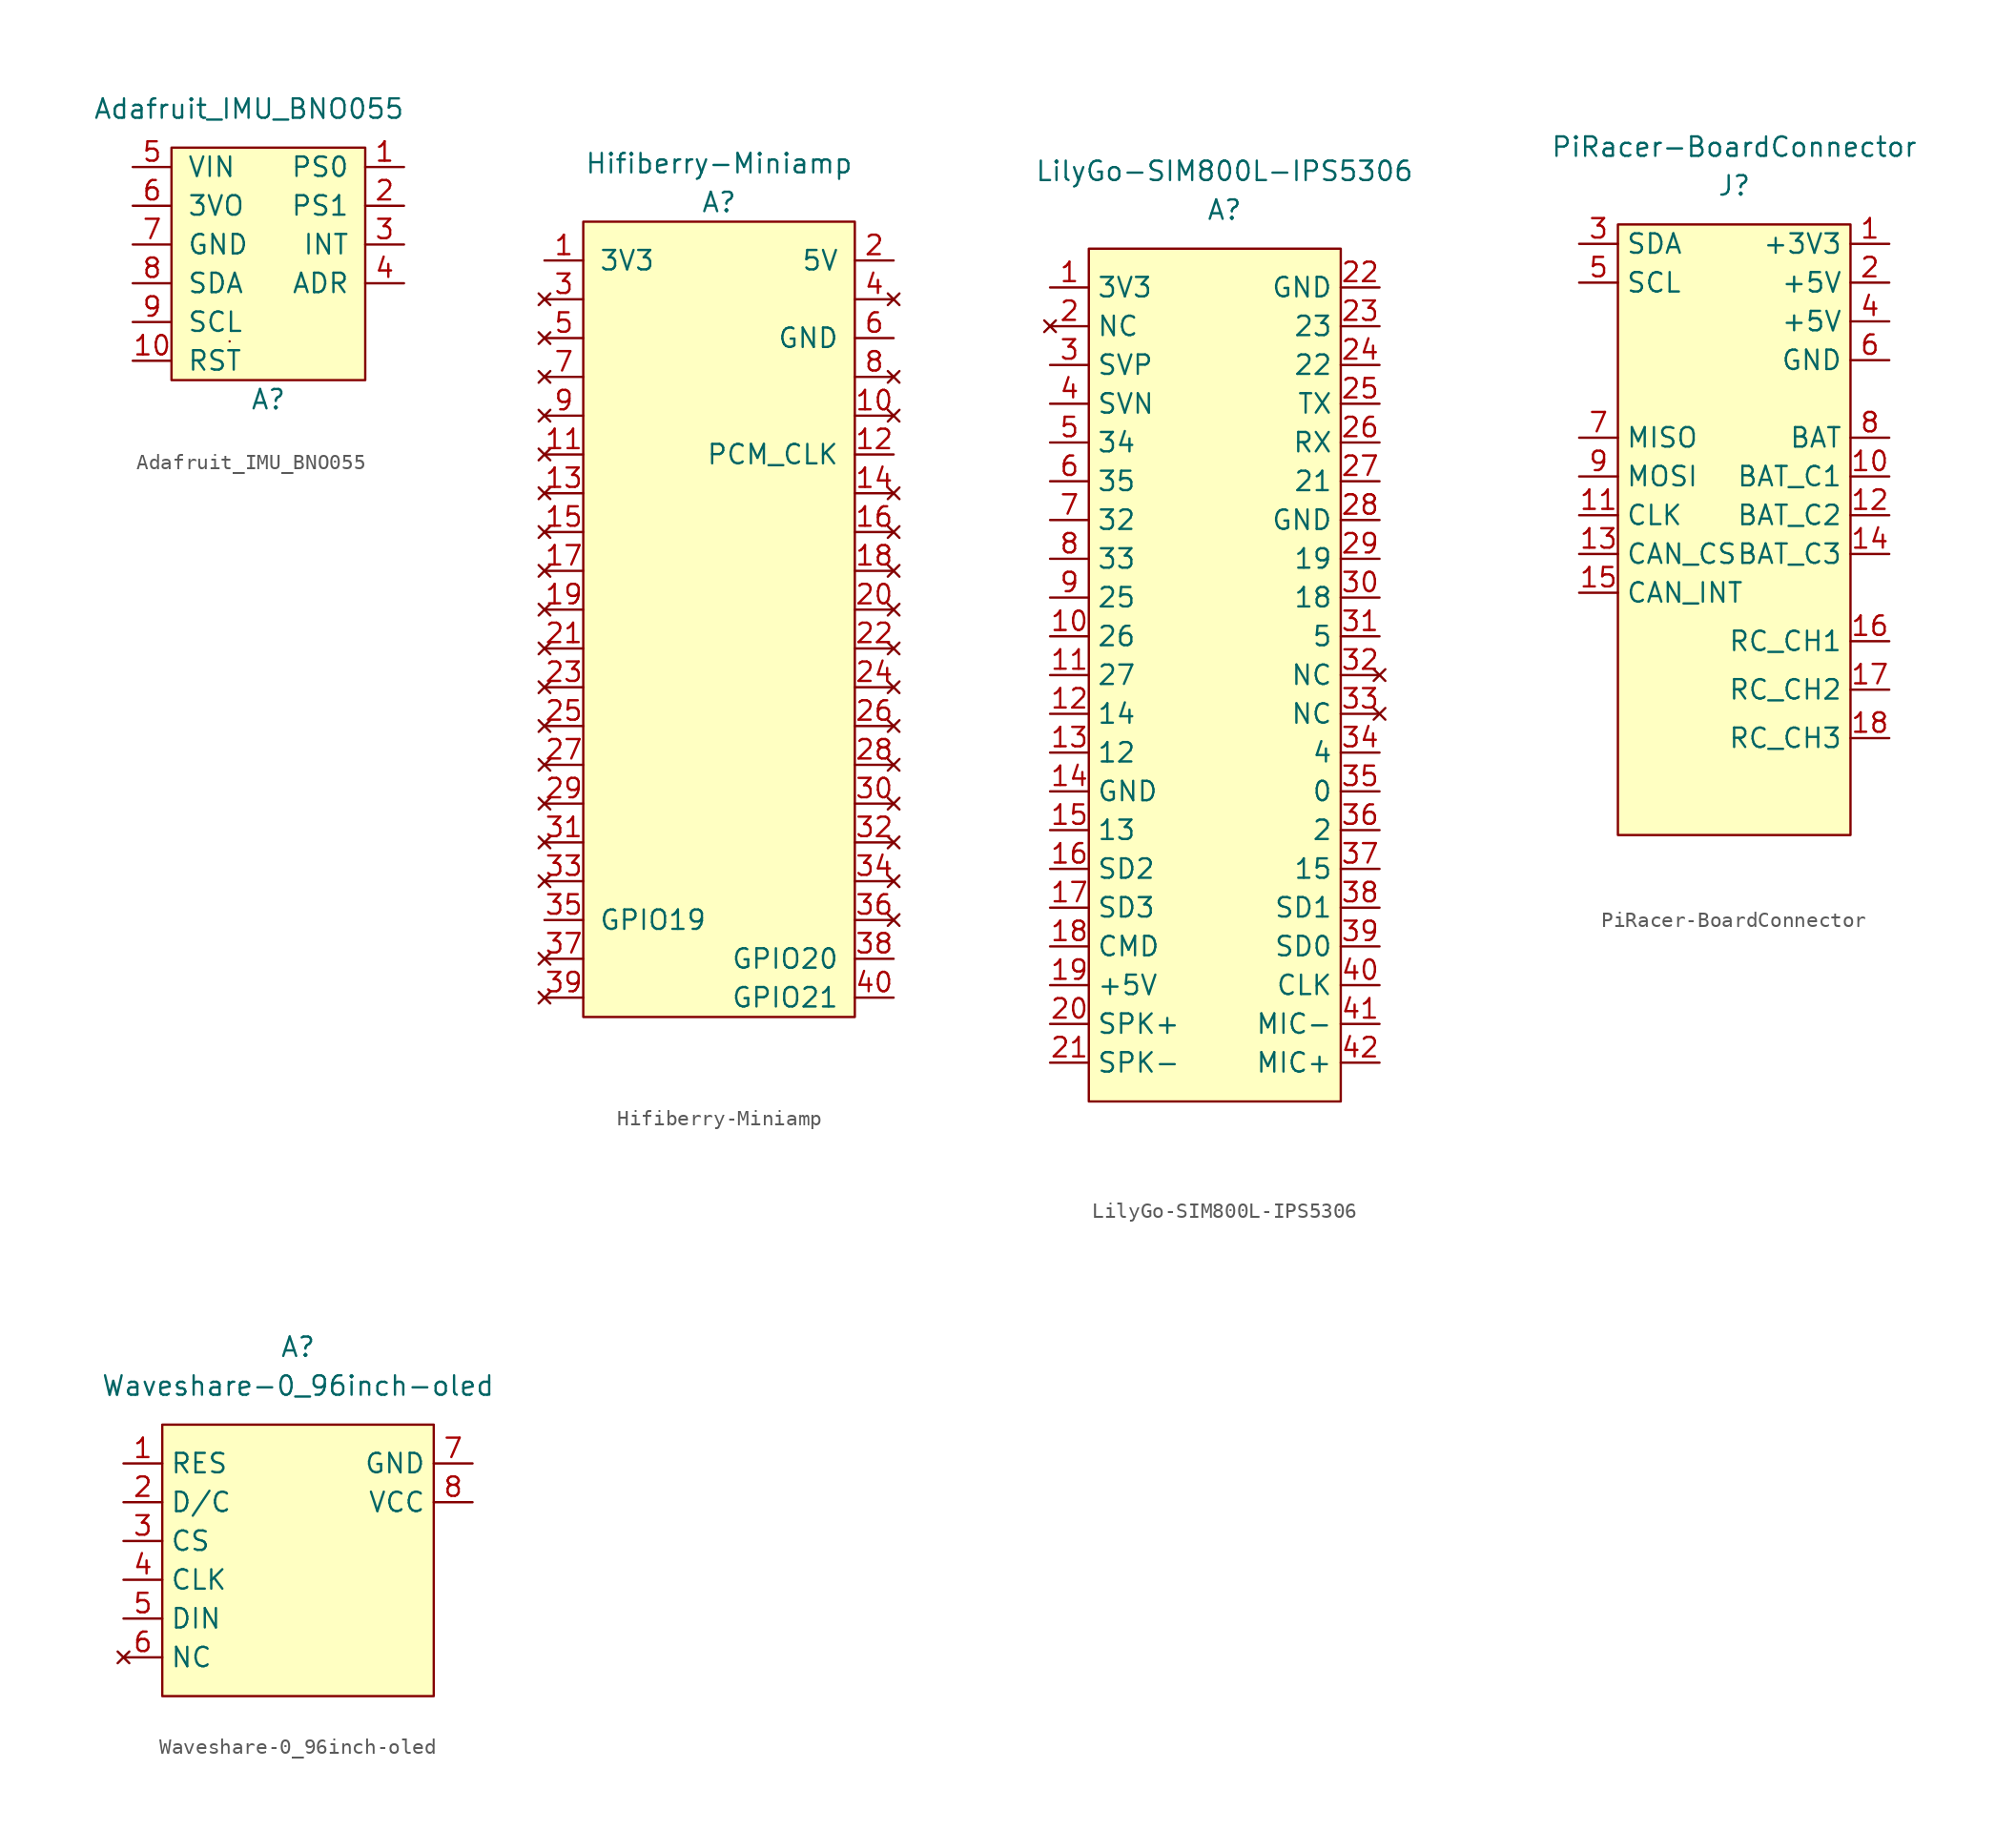
<source format=kicad_sym>
(kicad_symbol_lib
  (version 20220914)
  (generator kicad_symbol_editor)
  (symbol "Adafruit_IMU_BNO055"
    (pin_names
      (offset 1.016))
    (property "Reference" "A"
      (at 0 -8.89 0)
      (effects (font (size 1.27 1.27))))
    (property "Value" "Adafruit_IMU_BNO055"
      (at -1.27 10.16 0)
      (effects (font (size 1.27 1.27))))
    (symbol "Adafruit_IMU_BNO055_0_1"
      (rectangle (start -6.35 7.62) (end 6.35 -7.62) (stroke (width 0) (type default)) (fill (type background)))
      (rectangle (start -2.54 -5.08) (end -2.54 -5.08) (stroke (width 0) (type default)) (fill (type none))))
    (symbol "Adafruit_IMU_BNO055_1_1"
      (pin unspecified line (at 8.89 6.35 180) (length 2.54) (name "PS0" (effects (font (size 1.27 1.27)))) (number "1" (effects (font (size 1.27 1.27)))))
      (pin input line (at -8.89 -6.35 0) (length 2.54) (name "RST" (effects (font (size 1.27 1.27)))) (number "10" (effects (font (size 1.27 1.27)))))
      (pin unspecified line (at 8.89 3.81 180) (length 2.54) (name "PS1" (effects (font (size 1.27 1.27)))) (number "2" (effects (font (size 1.27 1.27)))))
      (pin output line (at 8.89 1.27 180) (length 2.54) (name "INT" (effects (font (size 1.27 1.27)))) (number "3" (effects (font (size 1.27 1.27)))))
      (pin input line (at 8.89 -1.27 180) (length 2.54) (name "ADR" (effects (font (size 1.27 1.27)))) (number "4" (effects (font (size 1.27 1.27)))))
      (pin power_in line (at -8.89 6.35 0) (length 2.54) (name "VIN" (effects (font (size 1.27 1.27)))) (number "5" (effects (font (size 1.27 1.27)))))
      (pin power_out line (at -8.89 3.81 0) (length 2.54) (name "3VO" (effects (font (size 1.27 1.27)))) (number "6" (effects (font (size 1.27 1.27)))))
      (pin power_in line (at -8.89 1.27 0) (length 2.54) (name "GND" (effects (font (size 1.27 1.27)))) (number "7" (effects (font (size 1.27 1.27)))))
      (pin bidirectional line (at -8.89 -1.27 0) (length 2.54) (name "SDA" (effects (font (size 1.27 1.27)))) (number "8" (effects (font (size 1.27 1.27)))))
      (pin bidirectional line (at -8.89 -3.81 0) (length 2.54) (name "SCL" (effects (font (size 1.27 1.27)))) (number "9" (effects (font (size 1.27 1.27)))))))
  (symbol "Hifiberry-Miniamp"
    (pin_names
      (offset 1.016))
    (property "Reference" "A"
      (at 0 1.27 0)
      (effects (font (size 1.27 1.27))))
    (property "Value" "Hifiberry-Miniamp"
      (at 0 3.81 0)
      (effects (font (size 1.27 1.27))))
    (symbol "Hifiberry-Miniamp_0_1"
      (rectangle (start -8.89 0) (end 8.89 -52.07) (stroke (width 0) (type default)) (fill (type background))))
    (symbol "Hifiberry-Miniamp_1_1"
      (pin power_in line (at -11.43 -2.54 0) (length 2.54) (name "3V3" (effects (font (size 1.27 1.27)))) (number "1" (effects (font (size 1.27 1.27)))))
      (pin no_connect line (at 11.43 -12.7 180) (length 2.54) (name "~" (effects (font (size 1.27 1.27)))) (number "10" (effects (font (size 1.27 1.27)))))
      (pin no_connect line (at -11.43 -15.24 0) (length 2.54) (name "~" (effects (font (size 1.27 1.27)))) (number "11" (effects (font (size 1.27 1.27)))))
      (pin input line (at 11.43 -15.24 180) (length 2.54) (name "PCM_CLK" (effects (font (size 1.27 1.27)))) (number "12" (effects (font (size 1.27 1.27)))))
      (pin no_connect line (at -11.43 -17.78 0) (length 2.54) (name "~" (effects (font (size 1.27 1.27)))) (number "13" (effects (font (size 1.27 1.27)))))
      (pin no_connect line (at 11.43 -17.78 180) (length 2.54) (name "~" (effects (font (size 1.27 1.27)))) (number "14" (effects (font (size 1.27 1.27)))))
      (pin no_connect line (at -11.43 -20.32 0) (length 2.54) (name "~" (effects (font (size 1.27 1.27)))) (number "15" (effects (font (size 1.27 1.27)))))
      (pin no_connect line (at 11.43 -20.32 180) (length 2.54) (name "~" (effects (font (size 1.27 1.27)))) (number "16" (effects (font (size 1.27 1.27)))))
      (pin no_connect line (at -11.43 -22.86 0) (length 2.54) (name "~" (effects (font (size 1.27 1.27)))) (number "17" (effects (font (size 1.27 1.27)))))
      (pin no_connect line (at 11.43 -22.86 180) (length 2.54) (name "~" (effects (font (size 1.27 1.27)))) (number "18" (effects (font (size 1.27 1.27)))))
      (pin no_connect line (at -11.43 -25.4 0) (length 2.54) (name "~" (effects (font (size 1.27 1.27)))) (number "19" (effects (font (size 1.27 1.27)))))
      (pin power_in line (at 11.43 -2.54 180) (length 2.54) (name "5V" (effects (font (size 1.27 1.27)))) (number "2" (effects (font (size 1.27 1.27)))))
      (pin no_connect line (at 11.43 -25.4 180) (length 2.54) (name "~" (effects (font (size 1.27 1.27)))) (number "20" (effects (font (size 1.27 1.27)))))
      (pin no_connect line (at -11.43 -27.94 0) (length 2.54) (name "~" (effects (font (size 1.27 1.27)))) (number "21" (effects (font (size 1.27 1.27)))))
      (pin no_connect line (at 11.43 -27.94 180) (length 2.54) (name "~" (effects (font (size 1.27 1.27)))) (number "22" (effects (font (size 1.27 1.27)))))
      (pin no_connect line (at -11.43 -30.48 0) (length 2.54) (name "~" (effects (font (size 1.27 1.27)))) (number "23" (effects (font (size 1.27 1.27)))))
      (pin no_connect line (at 11.43 -30.48 180) (length 2.54) (name "~" (effects (font (size 1.27 1.27)))) (number "24" (effects (font (size 1.27 1.27)))))
      (pin no_connect line (at -11.43 -33.02 0) (length 2.54) (name "~" (effects (font (size 1.27 1.27)))) (number "25" (effects (font (size 1.27 1.27)))))
      (pin no_connect line (at 11.43 -33.02 180) (length 2.54) (name "~" (effects (font (size 1.27 1.27)))) (number "26" (effects (font (size 1.27 1.27)))))
      (pin no_connect line (at -11.43 -35.56 0) (length 2.54) (name "~" (effects (font (size 1.27 1.27)))) (number "27" (effects (font (size 1.27 1.27)))))
      (pin no_connect line (at 11.43 -35.56 180) (length 2.54) (name "~" (effects (font (size 1.27 1.27)))) (number "28" (effects (font (size 1.27 1.27)))))
      (pin no_connect line (at -11.43 -38.1 0) (length 2.54) (name "~" (effects (font (size 1.27 1.27)))) (number "29" (effects (font (size 1.27 1.27)))))
      (pin no_connect line (at -11.43 -5.08 0) (length 2.54) (name "~" (effects (font (size 1.27 1.27)))) (number "3" (effects (font (size 1.27 1.27)))))
      (pin no_connect line (at 11.43 -38.1 180) (length 2.54) (name "~" (effects (font (size 1.27 1.27)))) (number "30" (effects (font (size 1.27 1.27)))))
      (pin no_connect line (at -11.43 -40.64 0) (length 2.54) (name "~" (effects (font (size 1.27 1.27)))) (number "31" (effects (font (size 1.27 1.27)))))
      (pin no_connect line (at 11.43 -40.64 180) (length 2.54) (name "~" (effects (font (size 1.27 1.27)))) (number "32" (effects (font (size 1.27 1.27)))))
      (pin no_connect line (at -11.43 -43.18 0) (length 2.54) (name "~" (effects (font (size 1.27 1.27)))) (number "33" (effects (font (size 1.27 1.27)))))
      (pin no_connect line (at 11.43 -43.18 180) (length 2.54) (name "~" (effects (font (size 1.27 1.27)))) (number "34" (effects (font (size 1.27 1.27)))))
      (pin input line (at -11.43 -45.72 0) (length 2.54) (name "GPIO19" (effects (font (size 1.27 1.27)))) (number "35" (effects (font (size 1.27 1.27)))))
      (pin no_connect line (at 11.43 -45.72 180) (length 2.54) (name "~" (effects (font (size 1.27 1.27)))) (number "36" (effects (font (size 1.27 1.27)))))
      (pin no_connect line (at -11.43 -48.26 0) (length 2.54) (name "~" (effects (font (size 1.27 1.27)))) (number "37" (effects (font (size 1.27 1.27)))))
      (pin input line (at 11.43 -48.26 180) (length 2.54) (name "GPIO20" (effects (font (size 1.27 1.27)))) (number "38" (effects (font (size 1.27 1.27)))))
      (pin no_connect line (at -11.43 -50.8 0) (length 2.54) (name "~" (effects (font (size 1.27 1.27)))) (number "39" (effects (font (size 1.27 1.27)))))
      (pin no_connect line (at 11.43 -5.08 180) (length 2.54) (name "~" (effects (font (size 1.27 1.27)))) (number "4" (effects (font (size 1.27 1.27)))))
      (pin input line (at 11.43 -50.8 180) (length 2.54) (name "GPIO21" (effects (font (size 1.27 1.27)))) (number "40" (effects (font (size 1.27 1.27)))))
      (pin no_connect line (at -11.43 -7.62 0) (length 2.54) (name "~" (effects (font (size 1.27 1.27)))) (number "5" (effects (font (size 1.27 1.27)))))
      (pin power_in line (at 11.43 -7.62 180) (length 2.54) (name "GND" (effects (font (size 1.27 1.27)))) (number "6" (effects (font (size 1.27 1.27)))))
      (pin no_connect line (at -11.43 -10.16 0) (length 2.54) (name "~" (effects (font (size 1.27 1.27)))) (number "7" (effects (font (size 1.27 1.27)))))
      (pin no_connect line (at 11.43 -10.16 180) (length 2.54) (name "~" (effects (font (size 1.27 1.27)))) (number "8" (effects (font (size 1.27 1.27)))))
      (pin no_connect line (at -11.43 -12.7 0) (length 2.54) (name "~" (effects (font (size 1.27 1.27)))) (number "9" (effects (font (size 1.27 1.27)))))))
  (symbol "LilyGo-SIM800L-IPS5306"
    (property "Reference" "A"
      (at 0 2.54 0)
      (effects (font (size 1.27 1.27))))
    (property "Value" "LilyGo-SIM800L-IPS5306"
      (at 0 5.08 0)
      (effects (font (size 1.27 1.27))))
    (symbol "LilyGo-SIM800L-IPS5306_0_1"
      (rectangle (start -8.89 0) (end 7.62 -55.88) (stroke (width 0) (type default)) (fill (type background))))
    (symbol "LilyGo-SIM800L-IPS5306_1_1"
      (pin power_out line (at -11.43 -2.54 0) (length 2.54) (name "3V3" (effects (font (size 1.27 1.27)))) (number "1" (effects (font (size 1.27 1.27)))))
      (pin bidirectional line (at -11.43 -25.4 0) (length 2.54) (name "26" (effects (font (size 1.27 1.27)))) (number "10" (effects (font (size 1.27 1.27)))))
      (pin bidirectional line (at -11.43 -27.94 0) (length 2.54) (name "27" (effects (font (size 1.27 1.27)))) (number "11" (effects (font (size 1.27 1.27)))))
      (pin bidirectional line (at -11.43 -30.48 0) (length 2.54) (name "14" (effects (font (size 1.27 1.27)))) (number "12" (effects (font (size 1.27 1.27)))))
      (pin bidirectional line (at -11.43 -33.02 0) (length 2.54) (name "12" (effects (font (size 1.27 1.27)))) (number "13" (effects (font (size 1.27 1.27)))))
      (pin power_out line (at -11.43 -35.56 0) (length 2.54) (name "GND" (effects (font (size 1.27 1.27)))) (number "14" (effects (font (size 1.27 1.27)))))
      (pin bidirectional line (at -11.43 -38.1 0) (length 2.54) (name "13" (effects (font (size 1.27 1.27)))) (number "15" (effects (font (size 1.27 1.27)))))
      (pin bidirectional line (at -11.43 -40.64 0) (length 2.54) (name "SD2" (effects (font (size 1.27 1.27)))) (number "16" (effects (font (size 1.27 1.27)))))
      (pin bidirectional line (at -11.43 -43.18 0) (length 2.54) (name "SD3" (effects (font (size 1.27 1.27)))) (number "17" (effects (font (size 1.27 1.27)))))
      (pin bidirectional line (at -11.43 -45.72 0) (length 2.54) (name "CMD" (effects (font (size 1.27 1.27)))) (number "18" (effects (font (size 1.27 1.27)))))
      (pin power_out line (at -11.43 -48.26 0) (length 2.54) (name "+5V" (effects (font (size 1.27 1.27)))) (number "19" (effects (font (size 1.27 1.27)))))
      (pin no_connect line (at -11.43 -5.08 0) (length 2.54) (name "NC" (effects (font (size 1.27 1.27)))) (number "2" (effects (font (size 1.27 1.27)))))
      (pin output line (at -11.43 -50.8 0) (length 2.54) (name "SPK+" (effects (font (size 1.27 1.27)))) (number "20" (effects (font (size 1.27 1.27)))))
      (pin output line (at -11.43 -53.34 0) (length 2.54) (name "SPK-" (effects (font (size 1.27 1.27)))) (number "21" (effects (font (size 1.27 1.27)))))
      (pin power_out line (at 10.16 -2.54 180) (length 2.54) (name "GND" (effects (font (size 1.27 1.27)))) (number "22" (effects (font (size 1.27 1.27)))))
      (pin bidirectional line (at 10.16 -5.08 180) (length 2.54) (name "23" (effects (font (size 1.27 1.27)))) (number "23" (effects (font (size 1.27 1.27)))))
      (pin bidirectional line (at 10.16 -7.62 180) (length 2.54) (name "22" (effects (font (size 1.27 1.27)))) (number "24" (effects (font (size 1.27 1.27)))))
      (pin output line (at 10.16 -10.16 180) (length 2.54) (name "TX" (effects (font (size 1.27 1.27)))) (number "25" (effects (font (size 1.27 1.27)))))
      (pin input line (at 10.16 -12.7 180) (length 2.54) (name "RX" (effects (font (size 1.27 1.27)))) (number "26" (effects (font (size 1.27 1.27)))))
      (pin bidirectional line (at 10.16 -15.24 180) (length 2.54) (name "21" (effects (font (size 1.27 1.27)))) (number "27" (effects (font (size 1.27 1.27)))))
      (pin power_out line (at 10.16 -17.78 180) (length 2.54) (name "GND" (effects (font (size 1.27 1.27)))) (number "28" (effects (font (size 1.27 1.27)))))
      (pin bidirectional line (at 10.16 -20.32 180) (length 2.54) (name "19" (effects (font (size 1.27 1.27)))) (number "29" (effects (font (size 1.27 1.27)))))
      (pin bidirectional line (at -11.43 -7.62 0) (length 2.54) (name "SVP" (effects (font (size 1.27 1.27)))) (number "3" (effects (font (size 1.27 1.27)))))
      (pin bidirectional line (at 10.16 -22.86 180) (length 2.54) (name "18" (effects (font (size 1.27 1.27)))) (number "30" (effects (font (size 1.27 1.27)))))
      (pin bidirectional line (at 10.16 -25.4 180) (length 2.54) (name "5" (effects (font (size 1.27 1.27)))) (number "31" (effects (font (size 1.27 1.27)))))
      (pin no_connect line (at 10.16 -27.94 180) (length 2.54) (name "NC" (effects (font (size 1.27 1.27)))) (number "32" (effects (font (size 1.27 1.27)))))
      (pin no_connect line (at 10.16 -30.48 180) (length 2.54) (name "NC" (effects (font (size 1.27 1.27)))) (number "33" (effects (font (size 1.27 1.27)))))
      (pin bidirectional line (at 10.16 -33.02 180) (length 2.54) (name "4" (effects (font (size 1.27 1.27)))) (number "34" (effects (font (size 1.27 1.27)))))
      (pin bidirectional line (at 10.16 -35.56 180) (length 2.54) (name "0" (effects (font (size 1.27 1.27)))) (number "35" (effects (font (size 1.27 1.27)))))
      (pin bidirectional line (at 10.16 -38.1 180) (length 2.54) (name "2" (effects (font (size 1.27 1.27)))) (number "36" (effects (font (size 1.27 1.27)))))
      (pin bidirectional line (at 10.16 -40.64 180) (length 2.54) (name "15" (effects (font (size 1.27 1.27)))) (number "37" (effects (font (size 1.27 1.27)))))
      (pin bidirectional line (at 10.16 -43.18 180) (length 2.54) (name "SD1" (effects (font (size 1.27 1.27)))) (number "38" (effects (font (size 1.27 1.27)))))
      (pin bidirectional line (at 10.16 -45.72 180) (length 2.54) (name "SD0" (effects (font (size 1.27 1.27)))) (number "39" (effects (font (size 1.27 1.27)))))
      (pin bidirectional line (at -11.43 -10.16 0) (length 2.54) (name "SVN" (effects (font (size 1.27 1.27)))) (number "4" (effects (font (size 1.27 1.27)))))
      (pin bidirectional line (at 10.16 -48.26 180) (length 2.54) (name "CLK" (effects (font (size 1.27 1.27)))) (number "40" (effects (font (size 1.27 1.27)))))
      (pin input line (at 10.16 -50.8 180) (length 2.54) (name "MIC-" (effects (font (size 1.27 1.27)))) (number "41" (effects (font (size 1.27 1.27)))))
      (pin input line (at 10.16 -53.34 180) (length 2.54) (name "MIC+" (effects (font (size 1.27 1.27)))) (number "42" (effects (font (size 1.27 1.27)))))
      (pin bidirectional line (at -11.43 -12.7 0) (length 2.54) (name "34" (effects (font (size 1.27 1.27)))) (number "5" (effects (font (size 1.27 1.27)))))
      (pin bidirectional line (at -11.43 -15.24 0) (length 2.54) (name "35" (effects (font (size 1.27 1.27)))) (number "6" (effects (font (size 1.27 1.27)))))
      (pin bidirectional line (at -11.43 -17.78 0) (length 2.54) (name "32" (effects (font (size 1.27 1.27)))) (number "7" (effects (font (size 1.27 1.27)))))
      (pin bidirectional line (at -11.43 -20.32 0) (length 2.54) (name "33" (effects (font (size 1.27 1.27)))) (number "8" (effects (font (size 1.27 1.27)))))
      (pin bidirectional line (at -11.43 -22.86 0) (length 2.54) (name "25" (effects (font (size 1.27 1.27)))) (number "9" (effects (font (size 1.27 1.27)))))))
  (symbol "PiRacer-BoardConnector"
    (property "Reference" "J"
      (at 0 2.54 0)
      (effects (font (size 1.27 1.27))))
    (property "Value" "PiRacer-BoardConnector"
      (at 0 5.08 0)
      (effects (font (size 1.27 1.27))))
    (symbol "PiRacer-BoardConnector_0_1"
      (rectangle (start -7.62 0) (end 7.62 -40.005) (stroke (width 0) (type default)) (fill (type background))))
    (symbol "PiRacer-BoardConnector_1_1"
      (pin power_in line (at 10.16 -1.27 180) (length 2.54) (name "+3V3" (effects (font (size 1.27 1.27)))) (number "1" (effects (font (size 1.27 1.27)))))
      (pin bidirectional line (at 10.16 -16.51 180) (length 2.54) (name "BAT_C1" (effects (font (size 1.27 1.27)))) (number "10" (effects (font (size 1.27 1.27)))))
      (pin bidirectional line (at -10.16 -19.05 0) (length 2.54) (name "CLK" (effects (font (size 1.27 1.27)))) (number "11" (effects (font (size 1.27 1.27)))))
      (pin bidirectional line (at 10.16 -19.05 180) (length 2.54) (name "BAT_C2" (effects (font (size 1.27 1.27)))) (number "12" (effects (font (size 1.27 1.27)))))
      (pin bidirectional line (at -10.16 -21.59 0) (length 2.54) (name "CAN_CS" (effects (font (size 1.27 1.27)))) (number "13" (effects (font (size 1.27 1.27)))))
      (pin bidirectional line (at 10.16 -21.59 180) (length 2.54) (name "BAT_C3" (effects (font (size 1.27 1.27)))) (number "14" (effects (font (size 1.27 1.27)))))
      (pin bidirectional line (at -10.16 -24.13 0) (length 2.54) (name "CAN_INT" (effects (font (size 1.27 1.27)))) (number "15" (effects (font (size 1.27 1.27)))))
      (pin bidirectional line (at 10.16 -27.305 180) (length 2.54) (name "RC_CH1" (effects (font (size 1.27 1.27)))) (number "16" (effects (font (size 1.27 1.27)))))
      (pin bidirectional line (at 10.16 -30.48 180) (length 2.54) (name "RC_CH2" (effects (font (size 1.27 1.27)))) (number "17" (effects (font (size 1.27 1.27)))))
      (pin bidirectional line (at 10.16 -33.655 180) (length 2.54) (name "RC_CH3" (effects (font (size 1.27 1.27)))) (number "18" (effects (font (size 1.27 1.27)))))
      (pin power_in line (at 10.16 -3.81 180) (length 2.54) (name "+5V" (effects (font (size 1.27 1.27)))) (number "2" (effects (font (size 1.27 1.27)))))
      (pin bidirectional line (at -10.16 -1.27 0) (length 2.54) (name "SDA" (effects (font (size 1.27 1.27)))) (number "3" (effects (font (size 1.27 1.27)))))
      (pin power_in line (at 10.16 -6.35 180) (length 2.54) (name "+5V" (effects (font (size 1.27 1.27)))) (number "4" (effects (font (size 1.27 1.27)))))
      (pin bidirectional line (at -10.16 -3.81 0) (length 2.54) (name "SCL" (effects (font (size 1.27 1.27)))) (number "5" (effects (font (size 1.27 1.27)))))
      (pin power_in line (at 10.16 -8.89 180) (length 2.54) (name "GND" (effects (font (size 1.27 1.27)))) (number "6" (effects (font (size 1.27 1.27)))))
      (pin bidirectional line (at -10.16 -13.97 0) (length 2.54) (name "MISO" (effects (font (size 1.27 1.27)))) (number "7" (effects (font (size 1.27 1.27)))))
      (pin bidirectional line (at 10.16 -13.97 180) (length 2.54) (name "BAT" (effects (font (size 1.27 1.27)))) (number "8" (effects (font (size 1.27 1.27)))))
      (pin bidirectional line (at -10.16 -16.51 0) (length 2.54) (name "MOSI" (effects (font (size 1.27 1.27)))) (number "9" (effects (font (size 1.27 1.27)))))))
  (symbol "Waveshare-0_96inch-oled"
    (property "Reference" "A"
      (at 0 5.08 0)
      (effects (font (size 1.27 1.27))))
    (property "Value" "Waveshare-0_96inch-oled"
      (at 0 2.54 0)
      (effects (font (size 1.27 1.27))))
    (symbol "Waveshare-0_96inch-oled_0_1"
      (rectangle (start -8.89 0) (end 8.89 -17.78) (stroke (width 0) (type default)) (fill (type background))))
    (symbol "Waveshare-0_96inch-oled_1_1"
      (pin input line (at -11.43 -2.54 0) (length 2.54) (name "RES" (effects (font (size 1.27 1.27)))) (number "1" (effects (font (size 1.27 1.27)))))
      (pin input line (at -11.43 -5.08 0) (length 2.54) (name "D/C" (effects (font (size 1.27 1.27)))) (number "2" (effects (font (size 1.27 1.27)))))
      (pin input line (at -11.43 -7.62 0) (length 2.54) (name "CS" (effects (font (size 1.27 1.27)))) (number "3" (effects (font (size 1.27 1.27)))))
      (pin input line (at -11.43 -10.16 0) (length 2.54) (name "CLK" (effects (font (size 1.27 1.27)))) (number "4" (effects (font (size 1.27 1.27)))))
      (pin input line (at -11.43 -12.7 0) (length 2.54) (name "DIN" (effects (font (size 1.27 1.27)))) (number "5" (effects (font (size 1.27 1.27)))))
      (pin no_connect line (at -11.43 -15.24 0) (length 2.54) (name "NC" (effects (font (size 1.27 1.27)))) (number "6" (effects (font (size 1.27 1.27)))))
      (pin power_in line (at 11.43 -2.54 180) (length 2.54) (name "GND" (effects (font (size 1.27 1.27)))) (number "7" (effects (font (size 1.27 1.27)))))
      (pin power_in line (at 11.43 -5.08 180) (length 2.54) (name "VCC" (effects (font (size 1.27 1.27)))) (number "8" (effects (font (size 1.27 1.27))))))))
</source>
